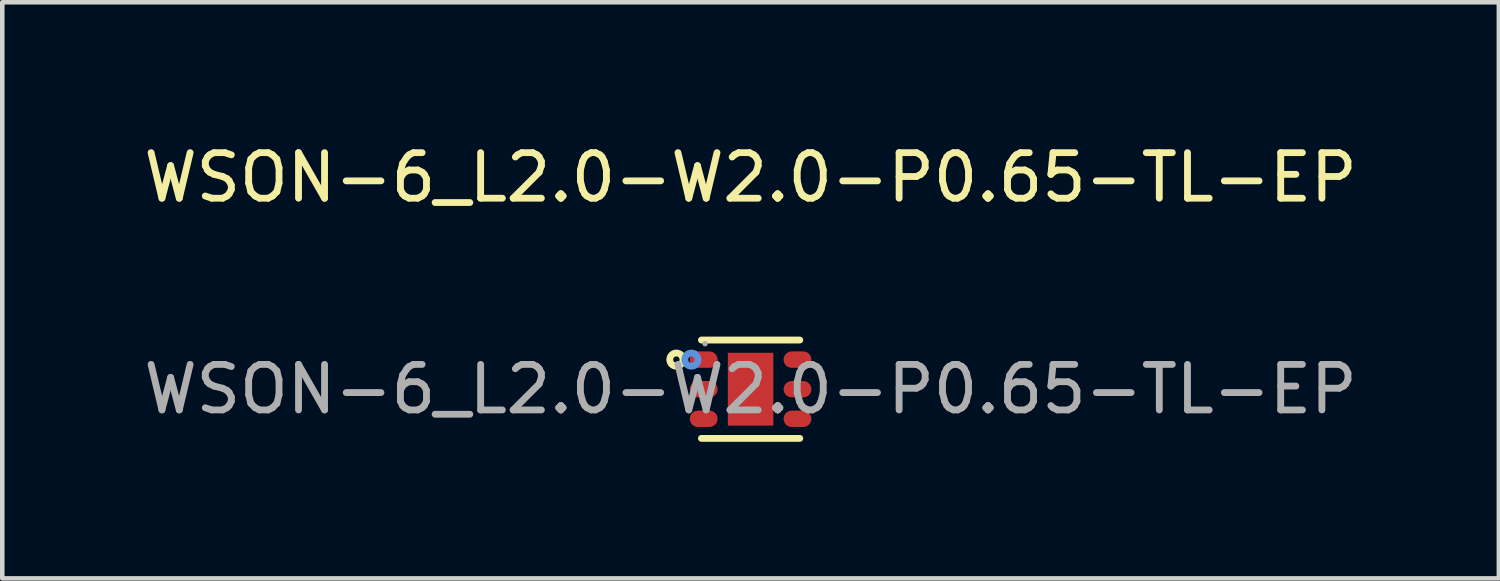
<source format=kicad_pcb>
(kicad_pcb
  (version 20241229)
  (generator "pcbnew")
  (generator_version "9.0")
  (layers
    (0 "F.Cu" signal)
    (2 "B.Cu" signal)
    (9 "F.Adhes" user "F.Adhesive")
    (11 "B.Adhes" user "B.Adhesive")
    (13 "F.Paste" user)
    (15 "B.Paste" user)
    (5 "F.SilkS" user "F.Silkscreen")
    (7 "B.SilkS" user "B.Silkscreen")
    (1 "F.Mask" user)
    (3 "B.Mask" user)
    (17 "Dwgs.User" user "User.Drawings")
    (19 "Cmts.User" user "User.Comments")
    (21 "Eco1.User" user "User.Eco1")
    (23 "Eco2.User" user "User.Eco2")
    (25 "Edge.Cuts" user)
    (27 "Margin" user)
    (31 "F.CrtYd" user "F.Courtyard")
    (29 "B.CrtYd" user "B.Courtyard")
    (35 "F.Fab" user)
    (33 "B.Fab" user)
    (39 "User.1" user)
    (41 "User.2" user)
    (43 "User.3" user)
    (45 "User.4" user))
  (footprint "WSON-6_L2.0-W2.0-P0.65-TL-EP"
    (layer "F.Cu")
    (at 13.435 5.498)
    (property "Reference" "WSON-6_L2.0-W2.0-P0.65-TL-EP" (at 0 -4.65 0) (layer "F.SilkS") (effects (font (size 1 1) (thickness 0.15))))
    (attr smd)
    (fp_line (start -1.08 -1.08) (end 1.08 -1.08) (stroke (width 0.15) (type solid)) (layer "F.SilkS"))
    (fp_line (start -1.08 1.08) (end 1.08 1.08) (stroke (width 0.15) (type solid)) (layer "F.SilkS"))
    (fp_circle (center -1.63 -0.65) (end -1.56 -0.65) (stroke (width 0.15) (type solid)) (fill no) (layer "F.SilkS"))
    (fp_circle (center -1.3 -0.65) (end -1.23 -0.65) (stroke (width 0.15) (type solid)) (fill no) (layer "Cmts.User"))
    (fp_circle (center -1 -1) (end -0.97 -1) (stroke (width 0.06) (type solid)) (fill no) (layer "F.Fab"))
    (fp_text user "${REFERENCE}" (at 0 0 0) (layer "F.Fab") (effects (font (size 1 1) (thickness 0.15))))
    (pad "1" smd oval (at -1.03 -0.65 270) (size 0.36 0.61) (layers "F.Cu" "F.Mask" "F.Paste"))
    (pad "2" smd oval (at -1.03 0 270) (size 0.36 0.61) (layers "F.Cu" "F.Mask" "F.Paste"))
    (pad "3" smd oval (at -1.03 0.65 270) (size 0.36 0.61) (layers "F.Cu" "F.Mask" "F.Paste"))
    (pad "4" smd oval (at 1.03 0.65 270) (size 0.36 0.61) (layers "F.Cu" "F.Mask" "F.Paste"))
    (pad "5" smd oval (at 1.03 0 270) (size 0.36 0.61) (layers "F.Cu" "F.Mask" "F.Paste"))
    (pad "6" smd oval (at 1.03 -0.65 270) (size 0.36 0.61) (layers "F.Cu" "F.Mask" "F.Paste"))
    (pad "7" smd rect (at 0 0) (size 1 1.6) (layers "F.Cu" "F.Mask" "F.Paste")))
  (gr_rect
    (start -3 -3)
    (end 29.869 9.653)
    (stroke (width 0.1) (type default))
    (fill no)
    (layer "Edge.Cuts")))
</source>
